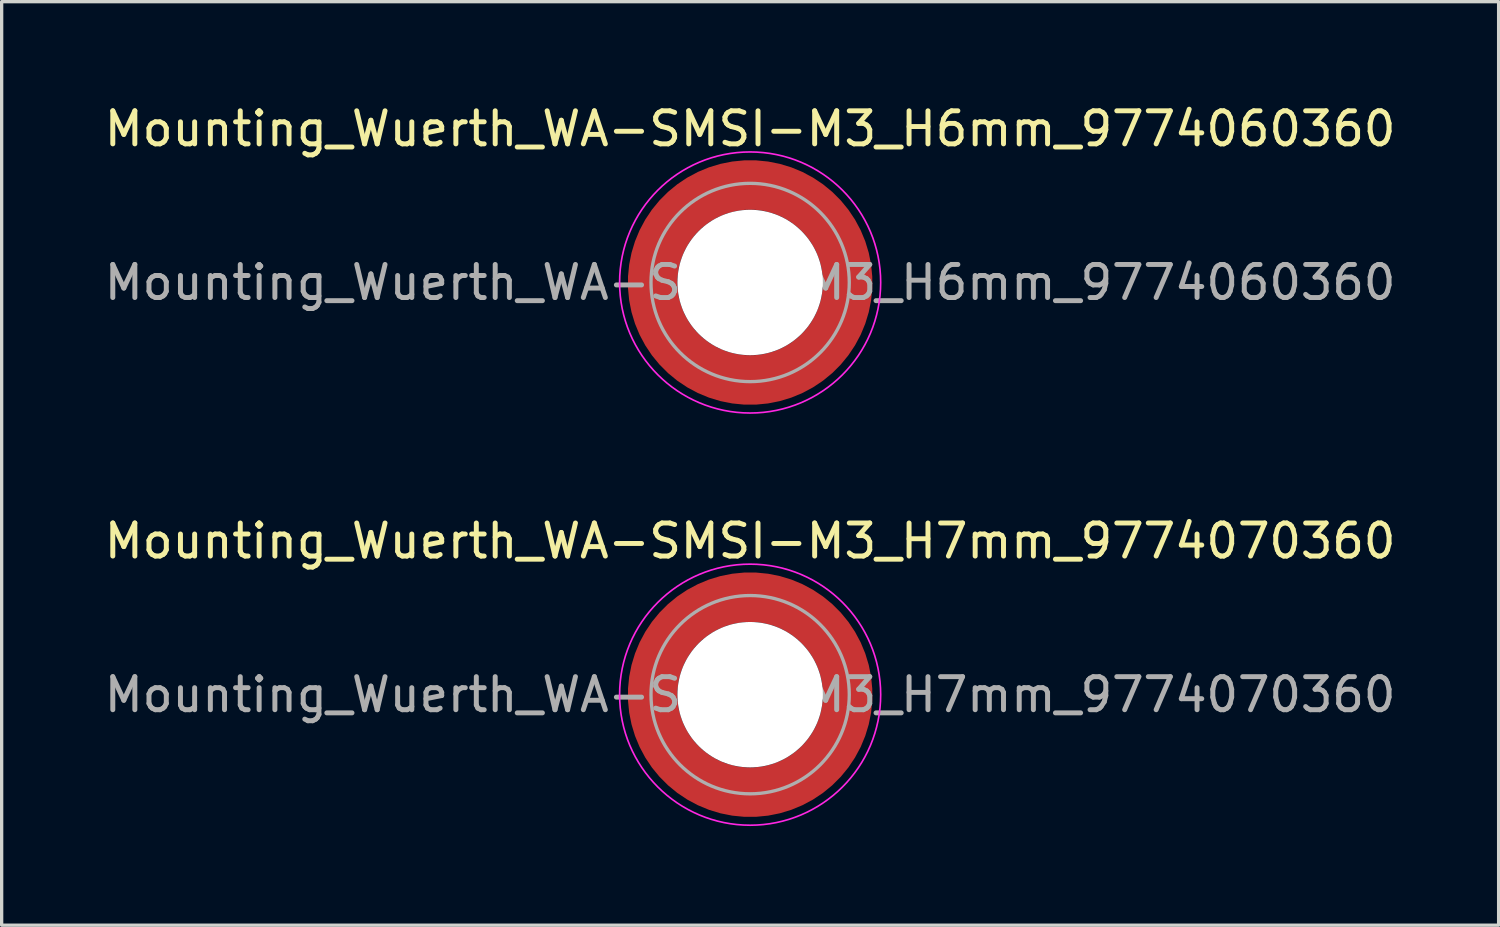
<source format=kicad_pcb>
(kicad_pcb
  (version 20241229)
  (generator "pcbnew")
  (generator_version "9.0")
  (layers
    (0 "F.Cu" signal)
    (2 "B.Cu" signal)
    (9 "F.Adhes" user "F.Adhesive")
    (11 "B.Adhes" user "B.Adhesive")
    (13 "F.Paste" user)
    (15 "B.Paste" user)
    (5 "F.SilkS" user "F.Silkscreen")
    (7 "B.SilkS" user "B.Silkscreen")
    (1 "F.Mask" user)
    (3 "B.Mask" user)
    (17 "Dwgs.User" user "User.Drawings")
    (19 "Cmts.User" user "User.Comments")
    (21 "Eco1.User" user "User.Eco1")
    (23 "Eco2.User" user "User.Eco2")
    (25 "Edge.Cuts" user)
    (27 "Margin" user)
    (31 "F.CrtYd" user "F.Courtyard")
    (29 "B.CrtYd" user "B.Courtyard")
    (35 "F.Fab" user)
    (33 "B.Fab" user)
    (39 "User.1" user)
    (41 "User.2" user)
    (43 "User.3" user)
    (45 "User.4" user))
  (footprint "Mounting_Wuerth_WA-SMSI-M3_H7mm_9774070360"
    (layer "F.Cu")
    (at 19.649 17.971)
    (property "Reference" "Mounting_Wuerth_WA-SMSI-M3_H7mm_9774070360" (at 0 -4.65 0) (layer "F.SilkS") (effects (font (size 1 1) (thickness 0.15))))
    (attr smd allow_soldermask_bridges)
    (fp_circle (center 0 0) (end 3.95 0) (stroke (width 0.05) (type solid)) (fill no) (layer "F.CrtYd"))
    (fp_circle (center 0 0) (end 3 0) (stroke (width 0.1) (type solid)) (fill no) (layer "F.Fab"))
    (fp_text user "${REFERENCE}" (at 0 0 0) (layer "F.Fab") (effects (font (size 1 1) (thickness 0.15))))
    (pad "" smd custom (at -2.058 -2.058) (size 0.55 0.55) (layers "F.Paste") (options (anchor circle)) (primitives (gr_arc (start -0.377294 1.707681) (mid 0.318198 0.318198) (end 1.707681 -0.377294) (width 0.2)) (gr_arc (start -0.478281 1.707681) (mid 0.247487 0.247487) (end 1.707681 -0.478281) (width 0.2)) (gr_arc (start -0.579192 1.707681) (mid 0.176777 0.176777) (end 1.707681 -0.579192) (width 0.2)) (gr_arc (start -0.680037 1.707681) (mid 0.106066 0.106066) (end 1.707681 -0.680037) (width 0.2)) (gr_arc (start -0.780822 1.707681) (mid 0.035355 0.035355) (end 1.707681 -0.780822) (width 0.2)) (gr_arc (start -0.881554 1.707681) (mid -0.035355 -0.035355) (end 1.707681 -0.881554) (width 0.2)) (gr_arc (start -0.982237 1.707681) (mid -0.106066 -0.106066) (end 1.707681 -0.982237) (width 0.2)) (gr_arc (start -1.082877 1.707681) (mid -0.176777 -0.176777) (end 1.707681 -1.082877) (width 0.2)) (gr_arc (start -1.183476 1.707681) (mid -0.247487 -0.247487) (end 1.707681 -1.183476) (width 0.2)) (gr_arc (start -1.28404 1.707681) (mid -0.318198 -0.318198) (end 1.707681 -1.28404) (width 0.2)) (gr_line (start 1.708 -0.377) (end 1.708 -1.284) (width 0.2)) (gr_line (start -0.377 1.708) (end -1.284 1.708) (width 0.2))))
    (pad "" smd custom (at -2.058 2.058) (size 0.55 0.55) (layers "F.Paste") (options (anchor circle)) (primitives (gr_arc (start 1.707681 0.377294) (mid 0.318198 -0.318198) (end -0.377294 -1.707681) (width 0.2)) (gr_arc (start 1.707681 0.478281) (mid 0.247487 -0.247487) (end -0.478281 -1.707681) (width 0.2)) (gr_arc (start 1.707681 0.579192) (mid 0.176777 -0.176777) (end -0.579192 -1.707681) (width 0.2)) (gr_arc (start 1.707681 0.680037) (mid 0.106066 -0.106066) (end -0.680037 -1.707681) (width 0.2)) (gr_arc (start 1.707681 0.780822) (mid 0.035355 -0.035355) (end -0.780822 -1.707681) (width 0.2)) (gr_arc (start 1.707681 0.881554) (mid -0.035355 0.035355) (end -0.881554 -1.707681) (width 0.2)) (gr_arc (start 1.707681 0.982237) (mid -0.106066 0.106066) (end -0.982237 -1.707681) (width 0.2)) (gr_arc (start 1.707681 1.082877) (mid -0.176777 0.176777) (end -1.082877 -1.707681) (width 0.2)) (gr_arc (start 1.707681 1.183476) (mid -0.247487 0.247487) (end -1.183476 -1.707681) (width 0.2)) (gr_arc (start 1.707681 1.28404) (mid -0.318198 0.318198) (end -1.28404 -1.707681) (width 0.2)) (gr_line (start -0.377 -1.708) (end -1.284 -1.708) (width 0.2)) (gr_line (start 1.708 0.377) (end 1.708 1.284) (width 0.2))))
    (pad "" np_thru_hole circle (at 0 0) (size 4.4 4.4) (drill 4.4) (layers "*.Cu" "*.Mask"))
    (pad "" smd custom (at 2.058 -2.058) (size 0.55 0.55) (layers "F.Paste") (options (anchor circle)) (primitives (gr_arc (start -1.707681 -0.377294) (mid -0.318198 0.318198) (end 0.377294 1.707681) (width 0.2)) (gr_arc (start -1.707681 -0.478281) (mid -0.247487 0.247487) (end 0.478281 1.707681) (width 0.2)) (gr_arc (start -1.707681 -0.579192) (mid -0.176777 0.176777) (end 0.579192 1.707681) (width 0.2)) (gr_arc (start -1.707681 -0.680037) (mid -0.106066 0.106066) (end 0.680037 1.707681) (width 0.2)) (gr_arc (start -1.707681 -0.780822) (mid -0.035355 0.035355) (end 0.780822 1.707681) (width 0.2)) (gr_arc (start -1.707681 -0.881554) (mid 0.035355 -0.035355) (end 0.881554 1.707681) (width 0.2)) (gr_arc (start -1.707681 -0.982237) (mid 0.106066 -0.106066) (end 0.982237 1.707681) (width 0.2)) (gr_arc (start -1.707681 -1.082877) (mid 0.176777 -0.176777) (end 1.082877 1.707681) (width 0.2)) (gr_arc (start -1.707681 -1.183476) (mid 0.247487 -0.247487) (end 1.183476 1.707681) (width 0.2)) (gr_arc (start -1.707681 -1.28404) (mid 0.318198 -0.318198) (end 1.28404 1.707681) (width 0.2)) (gr_line (start 0.377 1.708) (end 1.284 1.708) (width 0.2)) (gr_line (start -1.708 -0.377) (end -1.708 -1.284) (width 0.2))))
    (pad "" smd custom (at 2.058 2.058) (size 0.55 0.55) (layers "F.Paste") (options (anchor circle)) (primitives (gr_arc (start 0.377294 -1.707681) (mid -0.318198 -0.318198) (end -1.707681 0.377294) (width 0.2)) (gr_arc (start 0.478281 -1.707681) (mid -0.247487 -0.247487) (end -1.707681 0.478281) (width 0.2)) (gr_arc (start 0.579192 -1.707681) (mid -0.176777 -0.176777) (end -1.707681 0.579192) (width 0.2)) (gr_arc (start 0.680037 -1.707681) (mid -0.106066 -0.106066) (end -1.707681 0.680037) (width 0.2)) (gr_arc (start 0.780822 -1.707681) (mid -0.035355 -0.035355) (end -1.707681 0.780822) (width 0.2)) (gr_arc (start 0.881554 -1.707681) (mid 0.035355 0.035355) (end -1.707681 0.881554) (width 0.2)) (gr_arc (start 0.982237 -1.707681) (mid 0.106066 0.106066) (end -1.707681 0.982237) (width 0.2)) (gr_arc (start 1.082877 -1.707681) (mid 0.176777 0.176777) (end -1.707681 1.082877) (width 0.2)) (gr_arc (start 1.183476 -1.707681) (mid 0.247487 0.247487) (end -1.707681 1.183476) (width 0.2)) (gr_arc (start 1.28404 -1.707681) (mid 0.318198 0.318198) (end -1.707681 1.28404) (width 0.2)) (gr_line (start -1.708 0.377) (end -1.708 1.284) (width 0.2)) (gr_line (start 0.377 -1.708) (end 1.284 -1.708) (width 0.2))))
    (pad "1" smd circle (at -2.95 0) (size 0.992 0.992) (layers "F.Cu"))
    (pad "1" smd circle (at 0 -2.95) (size 0.992 0.992) (layers "F.Cu"))
    (pad "1" smd circle (at 0 2.95) (size 0.992 0.992) (layers "F.Cu"))
    (pad "1" smd custom (at 2.95 0) (size 1.5 1.5) (layers "F.Cu" "F.Mask") (options (anchor circle)) (primitives (gr_circle (center -2.95 0) (end 0 0) (width 1.5) (fill no)))))
  (footprint "Mounting_Wuerth_WA-SMSI-M3_H6mm_9774060360"
    (layer "F.Cu")
    (at 19.649 5.498)
    (property "Reference" "Mounting_Wuerth_WA-SMSI-M3_H6mm_9774060360" (at 0 -4.65 0) (layer "F.SilkS") (effects (font (size 1 1) (thickness 0.15))))
    (attr smd allow_soldermask_bridges)
    (fp_circle (center 0 0) (end 3.95 0) (stroke (width 0.05) (type solid)) (fill no) (layer "F.CrtYd"))
    (fp_circle (center 0 0) (end 3 0) (stroke (width 0.1) (type solid)) (fill no) (layer "F.Fab"))
    (fp_text user "${REFERENCE}" (at 0 0 0) (layer "F.Fab") (effects (font (size 1 1) (thickness 0.15))))
    (pad "" smd custom (at -2.058 -2.058) (size 0.55 0.55) (layers "F.Paste") (options (anchor circle)) (primitives (gr_arc (start -0.377294 1.707681) (mid 0.318198 0.318198) (end 1.707681 -0.377294) (width 0.2)) (gr_arc (start -0.478281 1.707681) (mid 0.247487 0.247487) (end 1.707681 -0.478281) (width 0.2)) (gr_arc (start -0.579192 1.707681) (mid 0.176777 0.176777) (end 1.707681 -0.579192) (width 0.2)) (gr_arc (start -0.680037 1.707681) (mid 0.106066 0.106066) (end 1.707681 -0.680037) (width 0.2)) (gr_arc (start -0.780822 1.707681) (mid 0.035355 0.035355) (end 1.707681 -0.780822) (width 0.2)) (gr_arc (start -0.881554 1.707681) (mid -0.035355 -0.035355) (end 1.707681 -0.881554) (width 0.2)) (gr_arc (start -0.982237 1.707681) (mid -0.106066 -0.106066) (end 1.707681 -0.982237) (width 0.2)) (gr_arc (start -1.082877 1.707681) (mid -0.176777 -0.176777) (end 1.707681 -1.082877) (width 0.2)) (gr_arc (start -1.183476 1.707681) (mid -0.247487 -0.247487) (end 1.707681 -1.183476) (width 0.2)) (gr_arc (start -1.28404 1.707681) (mid -0.318198 -0.318198) (end 1.707681 -1.28404) (width 0.2)) (gr_line (start 1.708 -0.377) (end 1.708 -1.284) (width 0.2)) (gr_line (start -0.377 1.708) (end -1.284 1.708) (width 0.2))))
    (pad "" smd custom (at -2.058 2.058) (size 0.55 0.55) (layers "F.Paste") (options (anchor circle)) (primitives (gr_arc (start 1.707681 0.377294) (mid 0.318198 -0.318198) (end -0.377294 -1.707681) (width 0.2)) (gr_arc (start 1.707681 0.478281) (mid 0.247487 -0.247487) (end -0.478281 -1.707681) (width 0.2)) (gr_arc (start 1.707681 0.579192) (mid 0.176777 -0.176777) (end -0.579192 -1.707681) (width 0.2)) (gr_arc (start 1.707681 0.680037) (mid 0.106066 -0.106066) (end -0.680037 -1.707681) (width 0.2)) (gr_arc (start 1.707681 0.780822) (mid 0.035355 -0.035355) (end -0.780822 -1.707681) (width 0.2)) (gr_arc (start 1.707681 0.881554) (mid -0.035355 0.035355) (end -0.881554 -1.707681) (width 0.2)) (gr_arc (start 1.707681 0.982237) (mid -0.106066 0.106066) (end -0.982237 -1.707681) (width 0.2)) (gr_arc (start 1.707681 1.082877) (mid -0.176777 0.176777) (end -1.082877 -1.707681) (width 0.2)) (gr_arc (start 1.707681 1.183476) (mid -0.247487 0.247487) (end -1.183476 -1.707681) (width 0.2)) (gr_arc (start 1.707681 1.28404) (mid -0.318198 0.318198) (end -1.28404 -1.707681) (width 0.2)) (gr_line (start -0.377 -1.708) (end -1.284 -1.708) (width 0.2)) (gr_line (start 1.708 0.377) (end 1.708 1.284) (width 0.2))))
    (pad "" np_thru_hole circle (at 0 0) (size 4.4 4.4) (drill 4.4) (layers "*.Cu" "*.Mask"))
    (pad "" smd custom (at 2.058 -2.058) (size 0.55 0.55) (layers "F.Paste") (options (anchor circle)) (primitives (gr_arc (start -1.707681 -0.377294) (mid -0.318198 0.318198) (end 0.377294 1.707681) (width 0.2)) (gr_arc (start -1.707681 -0.478281) (mid -0.247487 0.247487) (end 0.478281 1.707681) (width 0.2)) (gr_arc (start -1.707681 -0.579192) (mid -0.176777 0.176777) (end 0.579192 1.707681) (width 0.2)) (gr_arc (start -1.707681 -0.680037) (mid -0.106066 0.106066) (end 0.680037 1.707681) (width 0.2)) (gr_arc (start -1.707681 -0.780822) (mid -0.035355 0.035355) (end 0.780822 1.707681) (width 0.2)) (gr_arc (start -1.707681 -0.881554) (mid 0.035355 -0.035355) (end 0.881554 1.707681) (width 0.2)) (gr_arc (start -1.707681 -0.982237) (mid 0.106066 -0.106066) (end 0.982237 1.707681) (width 0.2)) (gr_arc (start -1.707681 -1.082877) (mid 0.176777 -0.176777) (end 1.082877 1.707681) (width 0.2)) (gr_arc (start -1.707681 -1.183476) (mid 0.247487 -0.247487) (end 1.183476 1.707681) (width 0.2)) (gr_arc (start -1.707681 -1.28404) (mid 0.318198 -0.318198) (end 1.28404 1.707681) (width 0.2)) (gr_line (start 0.377 1.708) (end 1.284 1.708) (width 0.2)) (gr_line (start -1.708 -0.377) (end -1.708 -1.284) (width 0.2))))
    (pad "" smd custom (at 2.058 2.058) (size 0.55 0.55) (layers "F.Paste") (options (anchor circle)) (primitives (gr_arc (start 0.377294 -1.707681) (mid -0.318198 -0.318198) (end -1.707681 0.377294) (width 0.2)) (gr_arc (start 0.478281 -1.707681) (mid -0.247487 -0.247487) (end -1.707681 0.478281) (width 0.2)) (gr_arc (start 0.579192 -1.707681) (mid -0.176777 -0.176777) (end -1.707681 0.579192) (width 0.2)) (gr_arc (start 0.680037 -1.707681) (mid -0.106066 -0.106066) (end -1.707681 0.680037) (width 0.2)) (gr_arc (start 0.780822 -1.707681) (mid -0.035355 -0.035355) (end -1.707681 0.780822) (width 0.2)) (gr_arc (start 0.881554 -1.707681) (mid 0.035355 0.035355) (end -1.707681 0.881554) (width 0.2)) (gr_arc (start 0.982237 -1.707681) (mid 0.106066 0.106066) (end -1.707681 0.982237) (width 0.2)) (gr_arc (start 1.082877 -1.707681) (mid 0.176777 0.176777) (end -1.707681 1.082877) (width 0.2)) (gr_arc (start 1.183476 -1.707681) (mid 0.247487 0.247487) (end -1.707681 1.183476) (width 0.2)) (gr_arc (start 1.28404 -1.707681) (mid 0.318198 0.318198) (end -1.707681 1.28404) (width 0.2)) (gr_line (start -1.708 0.377) (end -1.708 1.284) (width 0.2)) (gr_line (start 0.377 -1.708) (end 1.284 -1.708) (width 0.2))))
    (pad "1" smd circle (at -2.95 0) (size 0.992 0.992) (layers "F.Cu"))
    (pad "1" smd circle (at 0 -2.95) (size 0.992 0.992) (layers "F.Cu"))
    (pad "1" smd circle (at 0 2.95) (size 0.992 0.992) (layers "F.Cu"))
    (pad "1" smd custom (at 2.95 0) (size 1.5 1.5) (layers "F.Cu" "F.Mask") (options (anchor circle)) (primitives (gr_circle (center -2.95 0) (end 0 0) (width 1.5) (fill no)))))
  (gr_rect
    (start -3 -3)
    (end 42.298 24.947)
    (stroke (width 0.1) (type default))
    (fill no)
    (layer "Edge.Cuts")))
</source>
